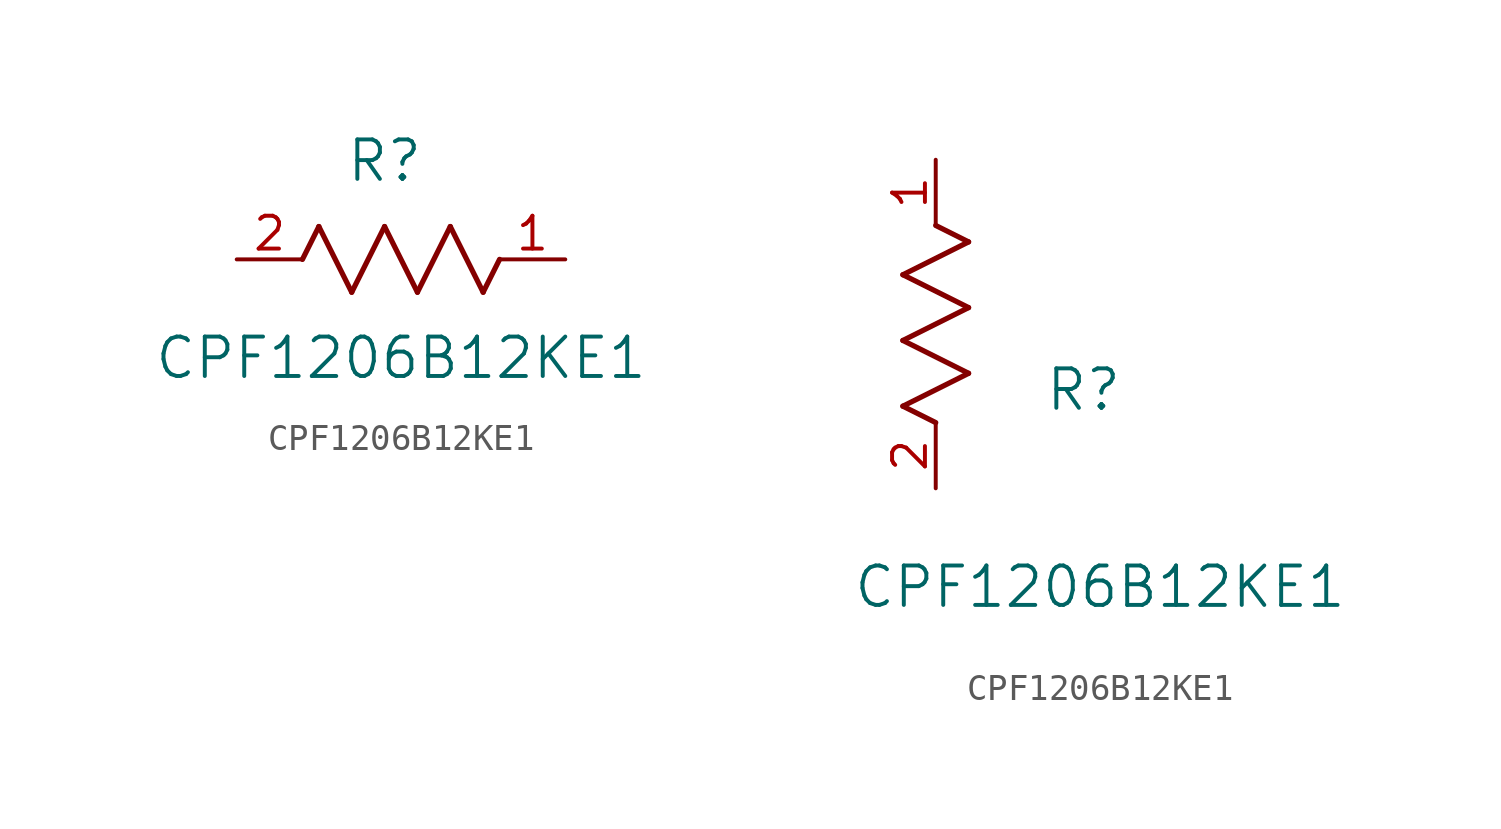
<source format=kicad_sym>
(kicad_symbol_lib
  (version 20211014)
  (generator kicad_symbol_editor)
  (symbol "CPF1206B12KE1"
    (pin_names
      (offset 0.254))
    (property "Reference" "R"
      (at 5.715 3.81 0)
      (effects (font (size 1.524 1.524))))
    (property "Value" "CPF1206B12KE1"
      (at 6.35 -3.81 0)
      (effects (font (size 1.524 1.524))))
    (symbol "CPF1206B12KE1_1_1"
      (polyline (pts (xy 3.175 1.27) (xy 4.445 -1.27)) (stroke (width 0.203) (type default) (color 0 0 0 0)) (fill (type none)))
      (polyline (pts (xy 4.445 -1.27) (xy 5.715 1.27)) (stroke (width 0.203) (type default) (color 0 0 0 0)) (fill (type none)))
      (polyline (pts (xy 5.715 1.27) (xy 6.985 -1.27)) (stroke (width 0.203) (type default) (color 0 0 0 0)) (fill (type none)))
      (polyline (pts (xy 6.985 -1.27) (xy 8.255 1.27)) (stroke (width 0.203) (type default) (color 0 0 0 0)) (fill (type none)))
      (polyline (pts (xy 8.255 1.27) (xy 9.525 -1.27)) (stroke (width 0.203) (type default) (color 0 0 0 0)) (fill (type none)))
      (polyline (pts (xy 2.54 0) (xy 3.175 1.27)) (stroke (width 0.203) (type default) (color 0 0 0 0)) (fill (type none)))
      (polyline (pts (xy 9.525 -1.27) (xy 10.16 0)) (stroke (width 0.203) (type default) (color 0 0 0 0)) (fill (type none)))
      (pin unspecified line (at 0 0 0) (length 2.54) (name "" (effects (font (size 1.27 1.27)))) (number "2" (effects (font (size 1.27 1.27)))))
      (pin unspecified line (at 12.7 0 180) (length 2.54) (name "" (effects (font (size 1.27 1.27)))) (number "1" (effects (font (size 1.27 1.27))))))
    (symbol "CPF1206B12KE1_1_2"
      (polyline (pts (xy 0 2.54) (xy -1.27 3.175)) (stroke (width 0.203) (type default) (color 0 0 0 0)) (fill (type none)))
      (polyline (pts (xy -1.27 3.175) (xy 1.27 4.445)) (stroke (width 0.203) (type default) (color 0 0 0 0)) (fill (type none)))
      (polyline (pts (xy 1.27 4.445) (xy -1.27 5.715)) (stroke (width 0.203) (type default) (color 0 0 0 0)) (fill (type none)))
      (polyline (pts (xy -1.27 5.715) (xy 1.27 6.985)) (stroke (width 0.203) (type default) (color 0 0 0 0)) (fill (type none)))
      (polyline (pts (xy -1.27 8.255) (xy 1.27 9.525)) (stroke (width 0.203) (type default) (color 0 0 0 0)) (fill (type none)))
      (polyline (pts (xy 1.27 9.525) (xy 0 10.16)) (stroke (width 0.203) (type default) (color 0 0 0 0)) (fill (type none)))
      (polyline (pts (xy 1.27 6.985) (xy -1.27 8.255)) (stroke (width 0.203) (type default) (color 0 0 0 0)) (fill (type none)))
      (pin unspecified line (at 0 0 90) (length 2.54) (name "" (effects (font (size 1.27 1.27)))) (number "2" (effects (font (size 1.27 1.27)))))
      (pin unspecified line (at 0 12.7 270) (length 2.54) (name "" (effects (font (size 1.27 1.27)))) (number "1" (effects (font (size 1.27 1.27))))))))
</source>
